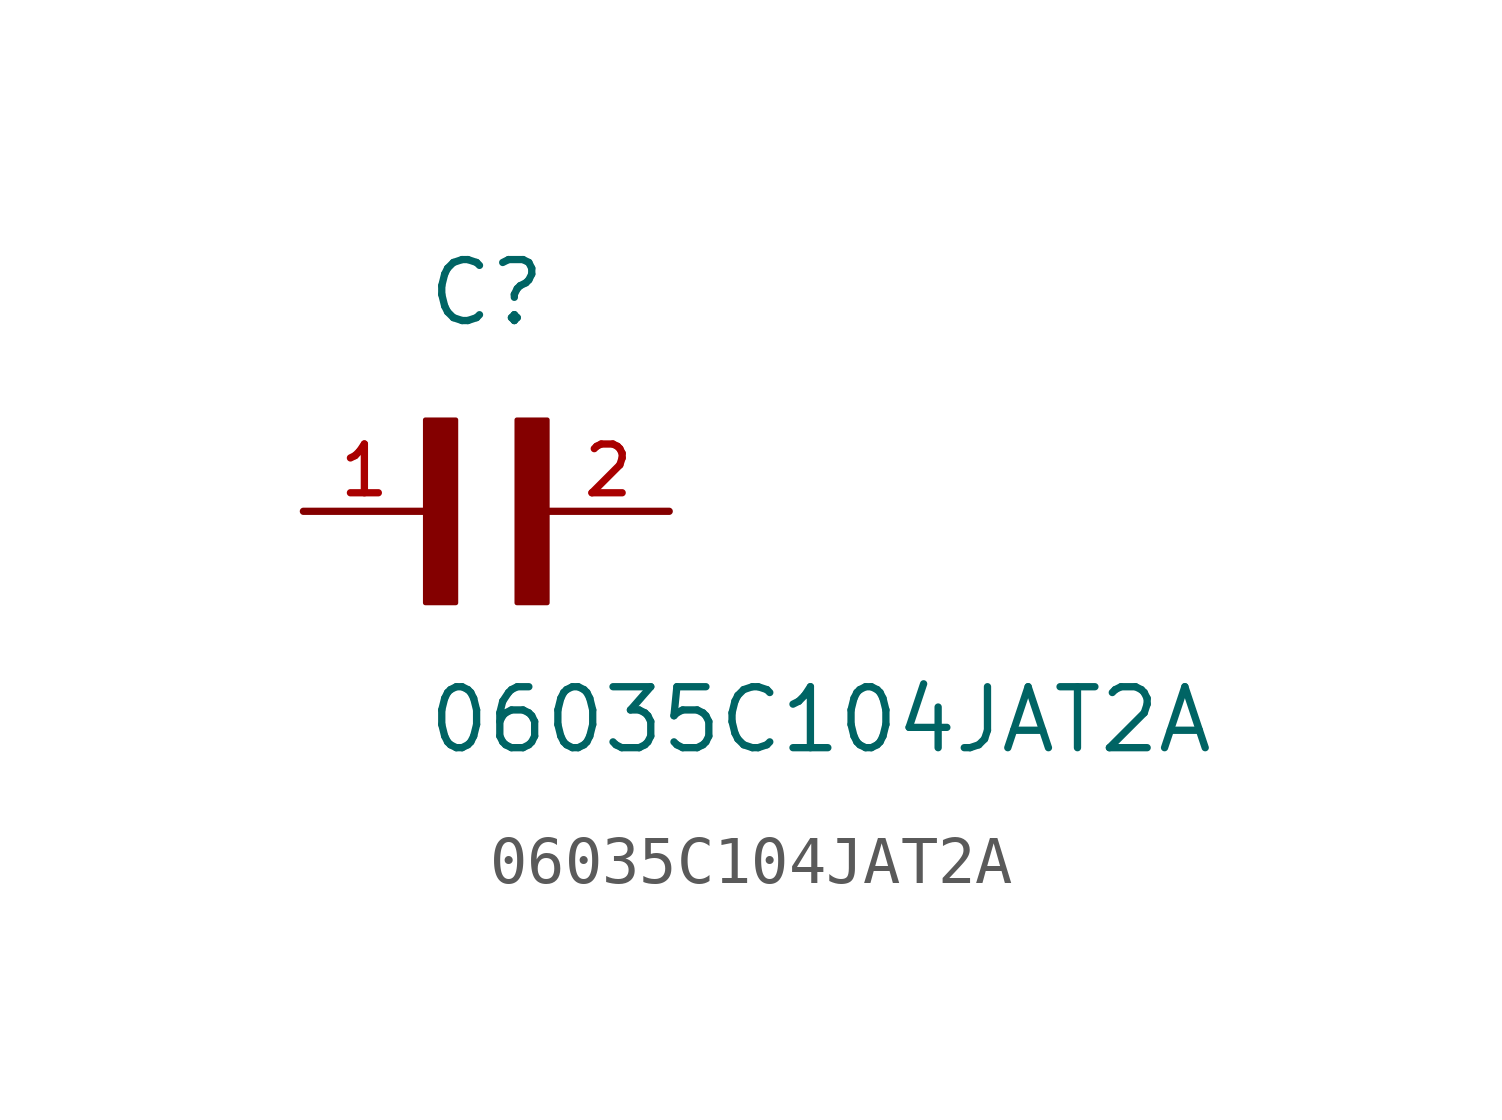
<source format=kicad_sym>
(kicad_symbol_lib
  (version 20211014)
  (generator kicad_symbol_editor)
  (symbol "06035C104JAT2A"
    (pin_names
      (offset 1.016))
    (property "Reference" "C"
      (at 0.0 3.811 0)
      (effects (font (size 1.27 1.27)) (justify bottom left)))
    (property "Value" "06035C104JAT2A"
      (at 0.0 -5.088 0)
      (effects (font (size 1.27 1.27)) (justify bottom left)))
    (symbol "06035C104JAT2A_0_0"
      (rectangle (start 0.0 -1.907) (end 0.635 1.905) (stroke (width 0.1)) (fill (type outline)))
      (rectangle (start 1.907 -1.907) (end 2.54 1.905) (stroke (width 0.1)) (fill (type outline)))
      (pin passive line (at 5.08 0.0 180.0) (length 2.54) (name "~" (effects (font (size 1.016 1.016)))) (number "2" (effects (font (size 1.016 1.016)))))
      (pin passive line (at -2.54 0.0 0) (length 2.54) (name "~" (effects (font (size 1.016 1.016)))) (number "1" (effects (font (size 1.016 1.016))))))))
</source>
